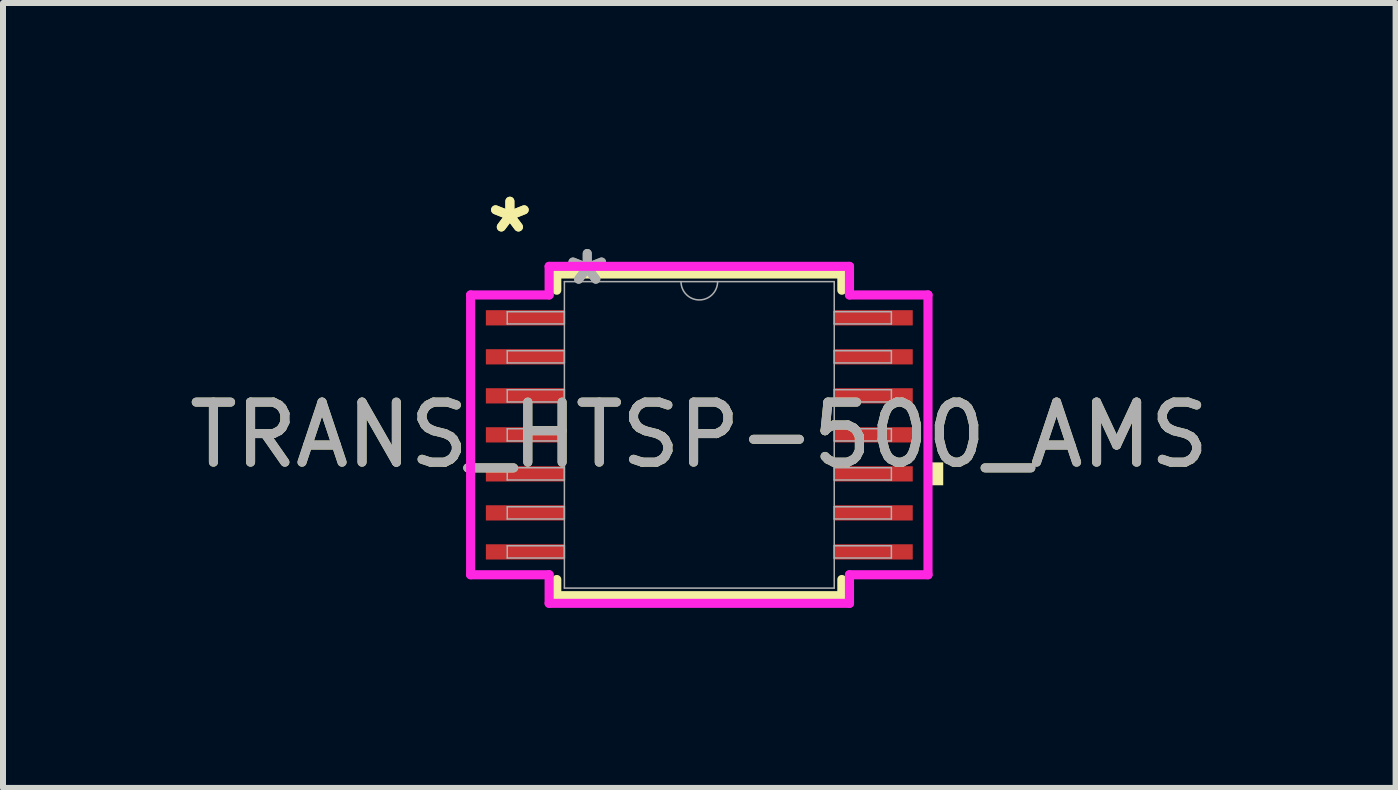
<source format=kicad_pcb>
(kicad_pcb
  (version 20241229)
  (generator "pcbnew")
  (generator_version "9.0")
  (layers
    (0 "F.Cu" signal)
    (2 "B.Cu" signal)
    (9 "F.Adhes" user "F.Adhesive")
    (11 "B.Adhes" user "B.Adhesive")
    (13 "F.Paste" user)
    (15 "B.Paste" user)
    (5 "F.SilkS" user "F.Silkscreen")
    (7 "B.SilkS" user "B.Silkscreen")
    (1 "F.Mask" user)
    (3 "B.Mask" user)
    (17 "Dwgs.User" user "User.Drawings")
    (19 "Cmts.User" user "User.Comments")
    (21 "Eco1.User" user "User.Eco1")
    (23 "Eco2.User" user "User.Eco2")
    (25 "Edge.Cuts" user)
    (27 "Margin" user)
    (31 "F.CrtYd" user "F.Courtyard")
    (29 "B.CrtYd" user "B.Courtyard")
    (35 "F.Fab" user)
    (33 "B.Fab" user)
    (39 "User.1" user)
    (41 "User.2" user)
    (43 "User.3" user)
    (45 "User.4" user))
  (footprint "TRANS_HTSP-500_AMS"
    (layer "F.Cu")
    (at 8.601 4.195)
    (property "Reference" "TRANS_HTSP-500_AMS" (at 0 0 0) (unlocked yes) (layer "F.SilkS") (effects (font (size 1 1) (thickness 0.15))))
    (attr smd)
    (fp_line (start -2.375 -2.68) (end -2.375 -2.41) (stroke (width 0.152) (type solid)) (layer "F.SilkS"))
    (fp_line (start -2.375 2.41) (end -2.375 2.68) (stroke (width 0.152) (type solid)) (layer "F.SilkS"))
    (fp_line (start -2.375 2.68) (end 2.375 2.68) (stroke (width 0.152) (type solid)) (layer "F.SilkS"))
    (fp_line (start 2.375 -2.68) (end -2.375 -2.68) (stroke (width 0.152) (type solid)) (layer "F.SilkS"))
    (fp_line (start 2.375 -2.41) (end 2.375 -2.68) (stroke (width 0.152) (type solid)) (layer "F.SilkS"))
    (fp_line (start 2.375 2.68) (end 2.375 2.41) (stroke (width 0.152) (type solid)) (layer "F.SilkS"))
    (fp_poly (pts (xy 4.064 0.459) (xy 4.064 0.84) (xy 3.81 0.84) (xy 3.81 0.459)) (stroke (width 0) (type solid)) (fill yes) (layer "F.SilkS"))
    (fp_line (start -3.81 -2.331) (end -2.502 -2.331) (stroke (width 0.152) (type solid)) (layer "F.CrtYd"))
    (fp_line (start -3.81 2.331) (end -3.81 -2.331) (stroke (width 0.152) (type solid)) (layer "F.CrtYd"))
    (fp_line (start -3.81 2.331) (end -2.502 2.331) (stroke (width 0.152) (type solid)) (layer "F.CrtYd"))
    (fp_line (start -2.502 -2.807) (end 2.502 -2.807) (stroke (width 0.152) (type solid)) (layer "F.CrtYd"))
    (fp_line (start -2.502 -2.331) (end -2.502 -2.807) (stroke (width 0.152) (type solid)) (layer "F.CrtYd"))
    (fp_line (start -2.502 2.807) (end -2.502 2.331) (stroke (width 0.152) (type solid)) (layer "F.CrtYd"))
    (fp_line (start 2.502 -2.807) (end 2.502 -2.331) (stroke (width 0.152) (type solid)) (layer "F.CrtYd"))
    (fp_line (start 2.502 2.331) (end 2.502 2.807) (stroke (width 0.152) (type solid)) (layer "F.CrtYd"))
    (fp_line (start 2.502 2.807) (end -2.502 2.807) (stroke (width 0.152) (type solid)) (layer "F.CrtYd"))
    (fp_line (start 3.81 -2.331) (end 2.502 -2.331) (stroke (width 0.152) (type solid)) (layer "F.CrtYd"))
    (fp_line (start 3.81 -2.331) (end 3.81 2.331) (stroke (width 0.152) (type solid)) (layer "F.CrtYd"))
    (fp_line (start 3.81 2.331) (end 2.502 2.331) (stroke (width 0.152) (type solid)) (layer "F.CrtYd"))
    (fp_line (start -3.2 -2.052) (end -3.2 -1.848) (stroke (width 0.025) (type solid)) (layer "F.Fab"))
    (fp_line (start -3.2 -1.848) (end -2.248 -1.848) (stroke (width 0.025) (type solid)) (layer "F.Fab"))
    (fp_line (start -3.2 -1.402) (end -3.2 -1.198) (stroke (width 0.025) (type solid)) (layer "F.Fab"))
    (fp_line (start -3.2 -1.198) (end -2.248 -1.198) (stroke (width 0.025) (type solid)) (layer "F.Fab"))
    (fp_line (start -3.2 -0.752) (end -3.2 -0.548) (stroke (width 0.025) (type solid)) (layer "F.Fab"))
    (fp_line (start -3.2 -0.548) (end -2.248 -0.548) (stroke (width 0.025) (type solid)) (layer "F.Fab"))
    (fp_line (start -3.2 -0.102) (end -3.2 0.102) (stroke (width 0.025) (type solid)) (layer "F.Fab"))
    (fp_line (start -3.2 0.102) (end -2.248 0.102) (stroke (width 0.025) (type solid)) (layer "F.Fab"))
    (fp_line (start -3.2 0.548) (end -3.2 0.752) (stroke (width 0.025) (type solid)) (layer "F.Fab"))
    (fp_line (start -3.2 0.752) (end -2.248 0.752) (stroke (width 0.025) (type solid)) (layer "F.Fab"))
    (fp_line (start -3.2 1.198) (end -3.2 1.402) (stroke (width 0.025) (type solid)) (layer "F.Fab"))
    (fp_line (start -3.2 1.402) (end -2.248 1.402) (stroke (width 0.025) (type solid)) (layer "F.Fab"))
    (fp_line (start -3.2 1.848) (end -3.2 2.052) (stroke (width 0.025) (type solid)) (layer "F.Fab"))
    (fp_line (start -3.2 2.052) (end -2.248 2.052) (stroke (width 0.025) (type solid)) (layer "F.Fab"))
    (fp_line (start -2.248 -2.553) (end -2.248 2.553) (stroke (width 0.025) (type solid)) (layer "F.Fab"))
    (fp_line (start -2.248 -2.052) (end -3.2 -2.052) (stroke (width 0.025) (type solid)) (layer "F.Fab"))
    (fp_line (start -2.248 -1.848) (end -2.248 -2.052) (stroke (width 0.025) (type solid)) (layer "F.Fab"))
    (fp_line (start -2.248 -1.402) (end -3.2 -1.402) (stroke (width 0.025) (type solid)) (layer "F.Fab"))
    (fp_line (start -2.248 -1.198) (end -2.248 -1.402) (stroke (width 0.025) (type solid)) (layer "F.Fab"))
    (fp_line (start -2.248 -0.752) (end -3.2 -0.752) (stroke (width 0.025) (type solid)) (layer "F.Fab"))
    (fp_line (start -2.248 -0.548) (end -2.248 -0.752) (stroke (width 0.025) (type solid)) (layer "F.Fab"))
    (fp_line (start -2.248 -0.102) (end -3.2 -0.102) (stroke (width 0.025) (type solid)) (layer "F.Fab"))
    (fp_line (start -2.248 0.102) (end -2.248 -0.102) (stroke (width 0.025) (type solid)) (layer "F.Fab"))
    (fp_line (start -2.248 0.548) (end -3.2 0.548) (stroke (width 0.025) (type solid)) (layer "F.Fab"))
    (fp_line (start -2.248 0.752) (end -2.248 0.548) (stroke (width 0.025) (type solid)) (layer "F.Fab"))
    (fp_line (start -2.248 1.198) (end -3.2 1.198) (stroke (width 0.025) (type solid)) (layer "F.Fab"))
    (fp_line (start -2.248 1.402) (end -2.248 1.198) (stroke (width 0.025) (type solid)) (layer "F.Fab"))
    (fp_line (start -2.248 1.848) (end -3.2 1.848) (stroke (width 0.025) (type solid)) (layer "F.Fab"))
    (fp_line (start -2.248 2.052) (end -2.248 1.848) (stroke (width 0.025) (type solid)) (layer "F.Fab"))
    (fp_line (start -2.248 2.553) (end 2.248 2.553) (stroke (width 0.025) (type solid)) (layer "F.Fab"))
    (fp_line (start 2.248 -2.553) (end -2.248 -2.553) (stroke (width 0.025) (type solid)) (layer "F.Fab"))
    (fp_line (start 2.248 -2.052) (end 2.248 -1.848) (stroke (width 0.025) (type solid)) (layer "F.Fab"))
    (fp_line (start 2.248 -1.848) (end 3.2 -1.848) (stroke (width 0.025) (type solid)) (layer "F.Fab"))
    (fp_line (start 2.248 -1.402) (end 2.248 -1.198) (stroke (width 0.025) (type solid)) (layer "F.Fab"))
    (fp_line (start 2.248 -1.198) (end 3.2 -1.198) (stroke (width 0.025) (type solid)) (layer "F.Fab"))
    (fp_line (start 2.248 -0.752) (end 2.248 -0.548) (stroke (width 0.025) (type solid)) (layer "F.Fab"))
    (fp_line (start 2.248 -0.548) (end 3.2 -0.548) (stroke (width 0.025) (type solid)) (layer "F.Fab"))
    (fp_line (start 2.248 -0.102) (end 2.248 0.102) (stroke (width 0.025) (type solid)) (layer "F.Fab"))
    (fp_line (start 2.248 0.102) (end 3.2 0.102) (stroke (width 0.025) (type solid)) (layer "F.Fab"))
    (fp_line (start 2.248 0.548) (end 2.248 0.752) (stroke (width 0.025) (type solid)) (layer "F.Fab"))
    (fp_line (start 2.248 0.752) (end 3.2 0.752) (stroke (width 0.025) (type solid)) (layer "F.Fab"))
    (fp_line (start 2.248 1.198) (end 2.248 1.402) (stroke (width 0.025) (type solid)) (layer "F.Fab"))
    (fp_line (start 2.248 1.402) (end 3.2 1.402) (stroke (width 0.025) (type solid)) (layer "F.Fab"))
    (fp_line (start 2.248 1.848) (end 2.248 2.052) (stroke (width 0.025) (type solid)) (layer "F.Fab"))
    (fp_line (start 2.248 2.052) (end 3.2 2.052) (stroke (width 0.025) (type solid)) (layer "F.Fab"))
    (fp_line (start 2.248 2.553) (end 2.248 -2.553) (stroke (width 0.025) (type solid)) (layer "F.Fab"))
    (fp_line (start 3.2 -2.052) (end 2.248 -2.052) (stroke (width 0.025) (type solid)) (layer "F.Fab"))
    (fp_line (start 3.2 -1.848) (end 3.2 -2.052) (stroke (width 0.025) (type solid)) (layer "F.Fab"))
    (fp_line (start 3.2 -1.402) (end 2.248 -1.402) (stroke (width 0.025) (type solid)) (layer "F.Fab"))
    (fp_line (start 3.2 -1.198) (end 3.2 -1.402) (stroke (width 0.025) (type solid)) (layer "F.Fab"))
    (fp_line (start 3.2 -0.752) (end 2.248 -0.752) (stroke (width 0.025) (type solid)) (layer "F.Fab"))
    (fp_line (start 3.2 -0.548) (end 3.2 -0.752) (stroke (width 0.025) (type solid)) (layer "F.Fab"))
    (fp_line (start 3.2 -0.102) (end 2.248 -0.102) (stroke (width 0.025) (type solid)) (layer "F.Fab"))
    (fp_line (start 3.2 0.102) (end 3.2 -0.102) (stroke (width 0.025) (type solid)) (layer "F.Fab"))
    (fp_line (start 3.2 0.548) (end 2.248 0.548) (stroke (width 0.025) (type solid)) (layer "F.Fab"))
    (fp_line (start 3.2 0.752) (end 3.2 0.548) (stroke (width 0.025) (type solid)) (layer "F.Fab"))
    (fp_line (start 3.2 1.198) (end 2.248 1.198) (stroke (width 0.025) (type solid)) (layer "F.Fab"))
    (fp_line (start 3.2 1.402) (end 3.2 1.198) (stroke (width 0.025) (type solid)) (layer "F.Fab"))
    (fp_line (start 3.2 1.848) (end 2.248 1.848) (stroke (width 0.025) (type solid)) (layer "F.Fab"))
    (fp_line (start 3.2 2.052) (end 3.2 1.848) (stroke (width 0.025) (type solid)) (layer "F.Fab"))
    (fp_arc (start 0.3048 -2.5527) (mid 0 -2.2479) (end -0.3048 -2.5527) (stroke (width 0.0254) (type solid)) (layer "F.Fab"))
    (fp_text user "*" (at -3.156 -3.347 0) (layer "F.SilkS") (effects (font (size 1 1) (thickness 0.15))))
    (fp_text user "*" (at -3.156 -3.347 0) (unlocked yes) (layer "F.SilkS") (effects (font (size 1 1) (thickness 0.15))))
    (fp_text user "*" (at -1.867 -2.477 0) (unlocked yes) (layer "F.Fab") (effects (font (size 1 1) (thickness 0.15))))
    (fp_text user "${REFERENCE}" (at 0 0 0) (unlocked yes) (layer "F.Fab") (effects (font (size 1 1) (thickness 0.15))))
    (fp_text user "*" (at -1.867 -2.477 0) (layer "F.Fab") (effects (font (size 1 1) (thickness 0.15))))
    (pad "1" smd rect (at -2.902 -1.95) (size 1.308 0.254) (layers "F.Cu" "F.Mask" "F.Paste"))
    (pad "2" smd rect (at -2.902 -1.3) (size 1.308 0.254) (layers "F.Cu" "F.Mask" "F.Paste"))
    (pad "3" smd rect (at -2.902 -0.65) (size 1.308 0.254) (layers "F.Cu" "F.Mask" "F.Paste"))
    (pad "4" smd rect (at -2.902 0) (size 1.308 0.254) (layers "F.Cu" "F.Mask" "F.Paste"))
    (pad "5" smd rect (at -2.902 0.65) (size 1.308 0.254) (layers "F.Cu" "F.Mask" "F.Paste"))
    (pad "6" smd rect (at -2.902 1.3) (size 1.308 0.254) (layers "F.Cu" "F.Mask" "F.Paste"))
    (pad "7" smd rect (at -2.902 1.95) (size 1.308 0.254) (layers "F.Cu" "F.Mask" "F.Paste"))
    (pad "8" smd rect (at 2.902 1.95) (size 1.308 0.254) (layers "F.Cu" "F.Mask" "F.Paste"))
    (pad "9" smd rect (at 2.902 1.3) (size 1.308 0.254) (layers "F.Cu" "F.Mask" "F.Paste"))
    (pad "10" smd rect (at 2.902 0.65) (size 1.308 0.254) (layers "F.Cu" "F.Mask" "F.Paste"))
    (pad "11" smd rect (at 2.902 0) (size 1.308 0.254) (layers "F.Cu" "F.Mask" "F.Paste"))
    (pad "12" smd rect (at 2.902 -0.65) (size 1.308 0.254) (layers "F.Cu" "F.Mask" "F.Paste"))
    (pad "13" smd rect (at 2.902 -1.3) (size 1.308 0.254) (layers "F.Cu" "F.Mask" "F.Paste"))
    (pad "14" smd rect (at 2.902 -1.95) (size 1.308 0.254) (layers "F.Cu" "F.Mask" "F.Paste")))
  (gr_rect
    (start -3 -3)
    (end 20.202 10.078)
    (stroke (width 0.1) (type default))
    (fill no)
    (layer "Edge.Cuts")))
</source>
